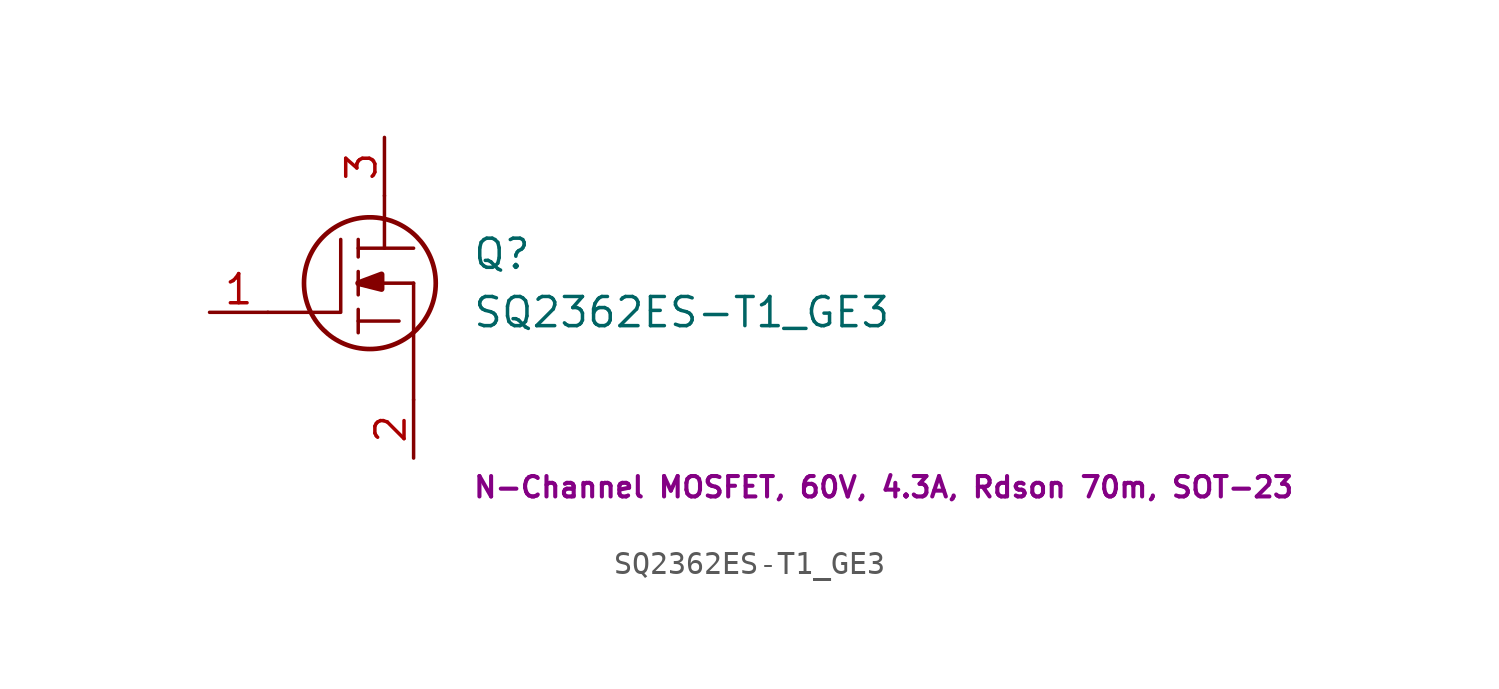
<source format=kicad_sym>
(kicad_symbol_lib
  (version 20220914)
  (generator kicad_symbol_editor)
  (symbol "SQ2362ES-T1_GE3"
    (pin_names
      (offset 0.762))
    (property "Reference" "Q"
      (at 3.81 1.27 0)
      (effects (font (size 1.27 1.27)) (justify left)))
    (property "Value" "SQ2362ES-T1_GE3"
      (at 3.81 -1.27 0)
      (effects (font (size 1.27 1.27)) (justify left)))
    (property "Description" "N-Channel MOSFET, 60V, 4.3A, Rdson 70m, SOT-23"
      (at 3.81 -8.89 0)
      (effects (font (size 0.889 0.889) bold) (justify left)))
    (symbol "SQ2362ES-T1_GE3_0_0"
      (pin passive line (at -7.62 -1.27 0) (length 2.54) (name "~" (effects (font (size 1.27 1.27)))) (number "1" (effects (font (size 1.27 1.27)))))
      (pin passive line (at 1.27 -7.62 90) (length 2.54) (name "~" (effects (font (size 1.27 1.27)))) (number "2" (effects (font (size 1.27 1.27)))))
      (pin passive line (at 0 6.35 270) (length 2.54) (name "~" (effects (font (size 1.27 1.27)))) (number "3" (effects (font (size 1.27 1.27))))))
    (symbol "SQ2362ES-T1_GE3_0_1"
      (circle (center -0.635 0) (radius 2.87) (stroke (width 0.203) (type solid)) (fill (type none)))
      (polyline (pts (xy -1.143 -2.159) (xy -1.143 -1.143)) (stroke (width 0.152) (type solid)) (fill (type none)))
      (polyline (pts (xy -1.143 -1.651) (xy 0.635 -1.651)) (stroke (width 0.152) (type solid)) (fill (type none)))
      (polyline (pts (xy -1.143 -0.508) (xy -1.143 0.508)) (stroke (width 0.152) (type solid)) (fill (type none)))
      (polyline (pts (xy -1.143 1.905) (xy -1.143 1.143)) (stroke (width 0.152) (type solid)) (fill (type none)))
      (polyline (pts (xy 0 1.524) (xy 0 3.81)) (stroke (width 0.152) (type solid)) (fill (type none)))
      (polyline (pts (xy 1.27 0) (xy -1.143 0)) (stroke (width 0.152) (type solid)) (fill (type none)))
      (polyline (pts (xy 1.27 0) (xy 1.27 -5.08)) (stroke (width 0.152) (type solid)) (fill (type none)))
      (polyline (pts (xy 1.27 1.524) (xy -1.143 1.524)) (stroke (width 0.152) (type solid)) (fill (type none)))
      (polyline (pts (xy -5.08 -1.27) (xy -1.905 -1.27) (xy -1.905 1.905)) (stroke (width 0.152) (type solid)) (fill (type none)))
      (polyline (pts (xy -1.143 0) (xy -0.127 0.381) (xy -0.127 -0.254) (xy -1.143 0)) (stroke (width 0.254) (type solid)) (fill (type outline))))))
</source>
